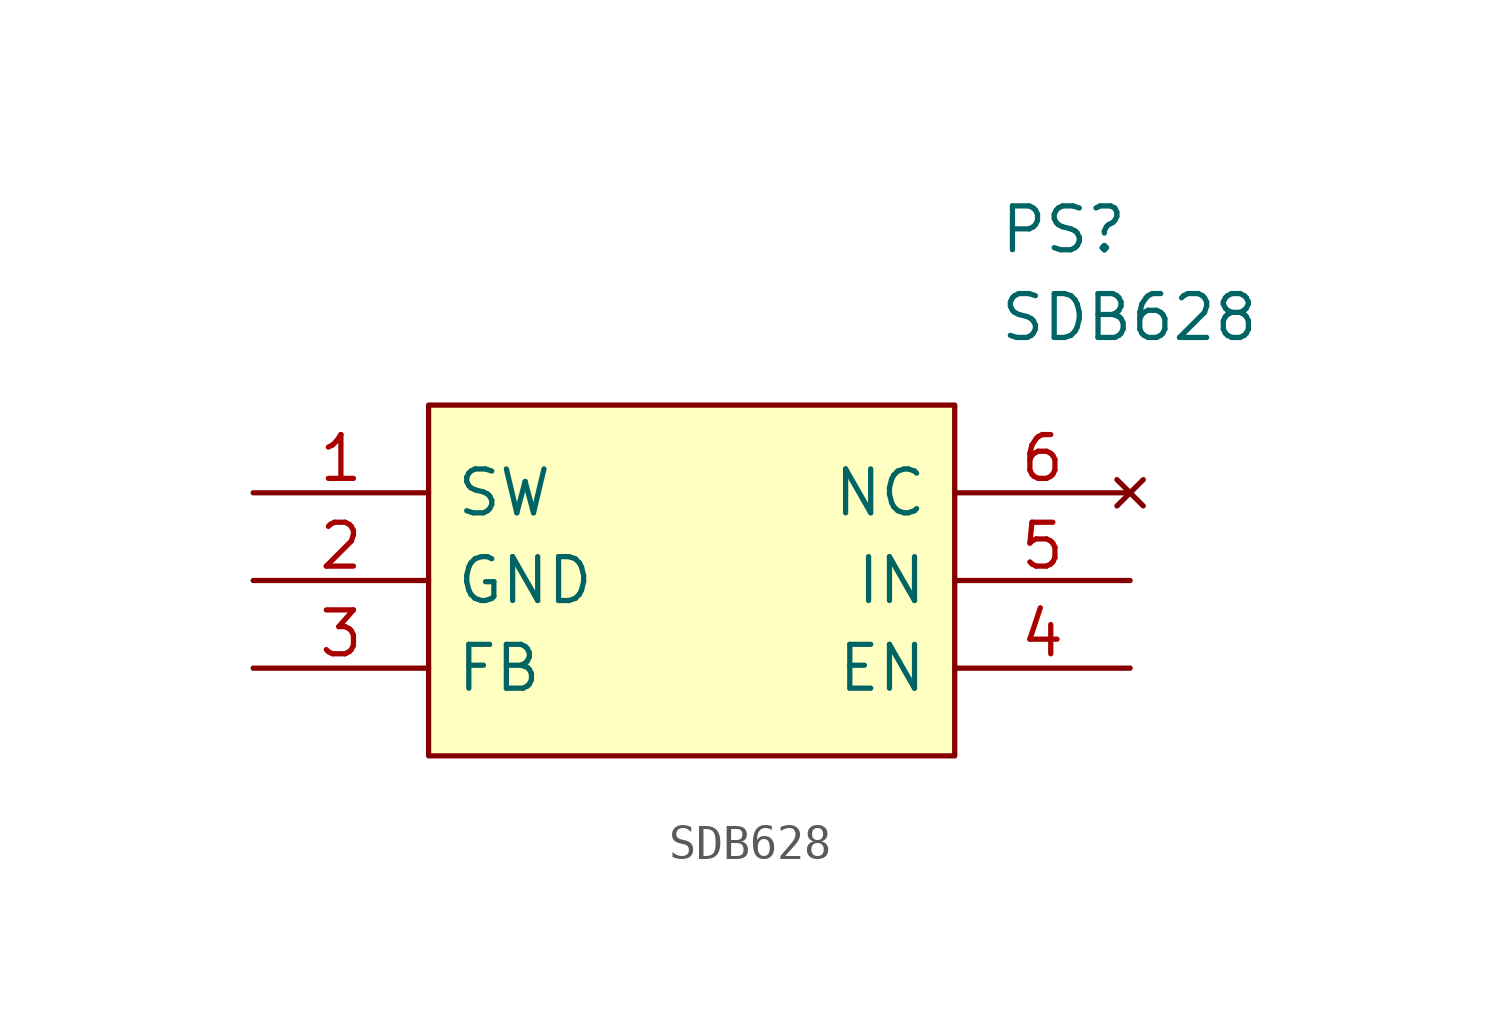
<source format=kicad_sym>
(kicad_symbol_lib
  (version 20211014)
  (generator kicad_symbol_editor)
  (symbol "SDB628"
    (pin_names
      (offset 0.762))
    (property "Reference" "PS"
      (at 21.59 7.62 0)
      (effects (font (size 1.27 1.27)) (justify left)))
    (property "Value" "SDB628"
      (at 21.59 5.08 0)
      (effects (font (size 1.27 1.27)) (justify left)))
    (symbol "SDB628_0_0"
      (pin passive line (at 0 0 0) (length 5.08) (name "SW" (effects (font (size 1.27 1.27)))) (number "1" (effects (font (size 1.27 1.27)))))
      (pin passive line (at 0 -2.54 0) (length 5.08) (name "GND" (effects (font (size 1.27 1.27)))) (number "2" (effects (font (size 1.27 1.27)))))
      (pin passive line (at 0 -5.08 0) (length 5.08) (name "FB" (effects (font (size 1.27 1.27)))) (number "3" (effects (font (size 1.27 1.27)))))
      (pin passive line (at 25.4 -5.08 180) (length 5.08) (name "EN" (effects (font (size 1.27 1.27)))) (number "4" (effects (font (size 1.27 1.27)))))
      (pin passive line (at 25.4 -2.54 180) (length 5.08) (name "IN" (effects (font (size 1.27 1.27)))) (number "5" (effects (font (size 1.27 1.27)))))
      (pin no_connect line (at 25.4 0 180) (length 5.08) (name "NC" (effects (font (size 1.27 1.27)))) (number "6" (effects (font (size 1.27 1.27))))))
    (symbol "SDB628_0_1"
      (polyline (pts (xy 5.08 2.54) (xy 20.32 2.54) (xy 20.32 -7.62) (xy 5.08 -7.62) (xy 5.08 2.54)) (stroke (width 0.152) (type default) (color 0 0 0 0)) (fill (type background))))))
</source>
